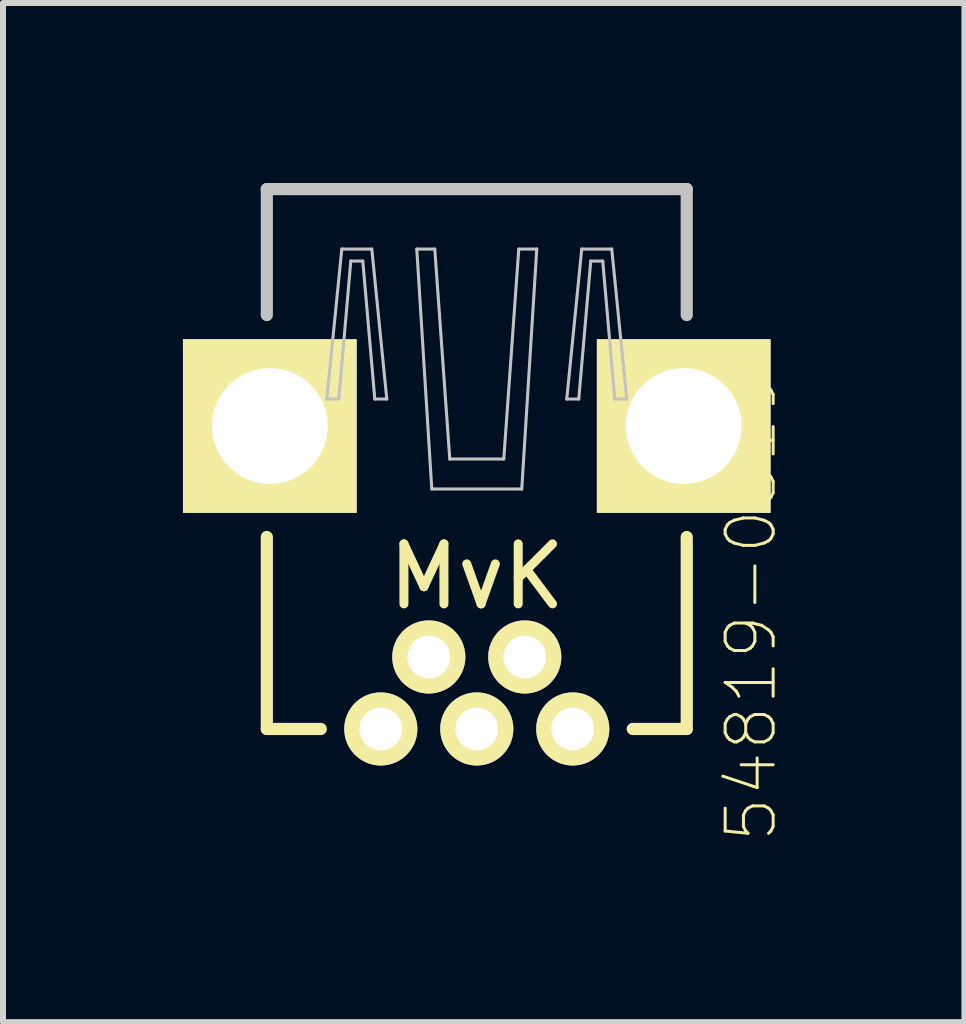
<source format=kicad_pcb>
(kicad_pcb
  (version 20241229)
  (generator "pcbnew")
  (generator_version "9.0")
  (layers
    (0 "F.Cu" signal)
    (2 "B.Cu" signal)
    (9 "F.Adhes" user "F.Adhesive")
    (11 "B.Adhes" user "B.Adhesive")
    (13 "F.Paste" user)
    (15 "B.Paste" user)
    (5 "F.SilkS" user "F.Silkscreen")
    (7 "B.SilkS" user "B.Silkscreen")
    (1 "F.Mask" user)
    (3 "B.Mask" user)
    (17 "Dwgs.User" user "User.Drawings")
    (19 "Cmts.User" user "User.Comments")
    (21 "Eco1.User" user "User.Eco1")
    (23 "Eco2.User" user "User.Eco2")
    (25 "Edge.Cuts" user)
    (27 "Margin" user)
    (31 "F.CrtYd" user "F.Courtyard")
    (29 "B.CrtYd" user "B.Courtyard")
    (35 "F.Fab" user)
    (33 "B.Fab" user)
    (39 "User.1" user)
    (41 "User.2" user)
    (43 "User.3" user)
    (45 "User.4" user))
  (footprint "54819-0519"
    (layer "F.Cu")
    (at 4.898 9.102)
    (property "Reference" "54819-0519" (at 4.573 -2.032 90) (layer "F.SilkS") (effects (font (size 0.8 0.8) (thickness 0.05))))
    (attr through_hole)
    (fp_line (start -3.5 -3.2) (end -3.5 0) (stroke (width 0.203) (type solid)) (layer "F.SilkS"))
    (fp_line (start -3.5 0) (end -2.6 0) (stroke (width 0.203) (type solid)) (layer "F.SilkS"))
    (fp_line (start 2.6 0) (end 3.5 0) (stroke (width 0.203) (type solid)) (layer "F.SilkS"))
    (fp_line (start 3.5 0) (end 3.5 -3.2) (stroke (width 0.203) (type solid)) (layer "F.SilkS"))
    (fp_line (start -3.5 -9) (end -3.5 -6.9) (stroke (width 0.203) (type solid)) (layer "Dwgs.User"))
    (fp_line (start -3.5 -9) (end 3.5 -9) (stroke (width 0.203) (type solid)) (layer "Dwgs.User"))
    (fp_line (start -2.5 -5.5) (end -2.3 -5.5) (stroke (width 0.051) (type solid)) (layer "Dwgs.User"))
    (fp_line (start -2.3 -5.5) (end -2.1 -7.8) (stroke (width 0.051) (type solid)) (layer "Dwgs.User"))
    (fp_line (start -2.25 -8) (end -2.5 -5.5) (stroke (width 0.051) (type solid)) (layer "Dwgs.User"))
    (fp_line (start -2.25 -8) (end -1.75 -8) (stroke (width 0.051) (type solid)) (layer "Dwgs.User"))
    (fp_line (start -2.1 -7.8) (end -1.9 -7.8) (stroke (width 0.051) (type solid)) (layer "Dwgs.User"))
    (fp_line (start -1.9 -7.8) (end -1.7 -5.5) (stroke (width 0.051) (type solid)) (layer "Dwgs.User"))
    (fp_line (start -1.75 -8) (end -1.5 -5.5) (stroke (width 0.051) (type solid)) (layer "Dwgs.User"))
    (fp_line (start -1.7 -5.5) (end -1.5 -5.5) (stroke (width 0.051) (type solid)) (layer "Dwgs.User"))
    (fp_line (start -0.75 -4) (end -1 -8) (stroke (width 0.051) (type solid)) (layer "Dwgs.User"))
    (fp_line (start -0.75 -4) (end 0.75 -4) (stroke (width 0.051) (type solid)) (layer "Dwgs.User"))
    (fp_line (start -0.7 -8) (end -1 -8) (stroke (width 0.051) (type solid)) (layer "Dwgs.User"))
    (fp_line (start -0.7 -8) (end -0.45 -4.5) (stroke (width 0.051) (type solid)) (layer "Dwgs.User"))
    (fp_line (start -0.45 -4.5) (end 0.45 -4.5) (stroke (width 0.051) (type solid)) (layer "Dwgs.User"))
    (fp_line (start 0.45 -4.5) (end 0.7 -8) (stroke (width 0.051) (type solid)) (layer "Dwgs.User"))
    (fp_line (start 0.7 -8) (end 1 -8) (stroke (width 0.051) (type solid)) (layer "Dwgs.User"))
    (fp_line (start 0.75 -4) (end 1 -8) (stroke (width 0.051) (type solid)) (layer "Dwgs.User"))
    (fp_line (start 1.5 -5.5) (end 1.7 -5.5) (stroke (width 0.051) (type solid)) (layer "Dwgs.User"))
    (fp_line (start 1.7 -5.5) (end 1.9 -7.8) (stroke (width 0.051) (type solid)) (layer "Dwgs.User"))
    (fp_line (start 1.75 -8) (end 1.5 -5.5) (stroke (width 0.051) (type solid)) (layer "Dwgs.User"))
    (fp_line (start 1.75 -8) (end 2.25 -8) (stroke (width 0.051) (type solid)) (layer "Dwgs.User"))
    (fp_line (start 1.9 -7.8) (end 2.1 -7.8) (stroke (width 0.051) (type solid)) (layer "Dwgs.User"))
    (fp_line (start 2.1 -7.8) (end 2.3 -5.5) (stroke (width 0.051) (type solid)) (layer "Dwgs.User"))
    (fp_line (start 2.25 -8) (end 2.5 -5.5) (stroke (width 0.051) (type solid)) (layer "Dwgs.User"))
    (fp_line (start 2.3 -5.5) (end 2.5 -5.5) (stroke (width 0.051) (type solid)) (layer "Dwgs.User"))
    (fp_line (start 3.5 -9) (end 3.5 -6.9) (stroke (width 0.203) (type solid)) (layer "Dwgs.User"))
    (fp_text user "MvK" (at 0 -2.54 0) (layer "F.SilkS") (effects (font (size 1 1) (thickness 0.15))))
    (pad "1" thru_hole oval (at 1.6 0 270) (size 1.219 1.219) (drill 0.711) (layers "*.Cu" "*.Mask" "F.SilkS"))
    (pad "2" thru_hole oval (at 0.8 -1.2 90) (size 1.219 1.219) (drill 0.711) (layers "*.Cu" "*.Mask" "F.SilkS"))
    (pad "3" thru_hole oval (at 0 0 270) (size 1.219 1.219) (drill 0.711) (layers "*.Cu" "*.Mask" "F.SilkS"))
    (pad "4" thru_hole oval (at -0.8 -1.2 90) (size 1.219 1.219) (drill 0.711) (layers "*.Cu" "*.Mask" "F.SilkS"))
    (pad "5" thru_hole oval (at -1.6 0 270) (size 1.219 1.219) (drill 0.711) (layers "*.Cu" "*.Mask" "F.SilkS"))
    (pad "S1" thru_hole rect (at -3.45 -5.05) (size 2.896 2.896) (drill 1.93) (layers "*.Cu" "*.Mask" "F.SilkS"))
    (pad "S2" thru_hole rect (at 3.45 -5.05) (size 2.896 2.896) (drill 1.93) (layers "*.Cu" "*.Mask" "F.SilkS")))
  (gr_rect
    (start -3 -3)
    (end 13.027 13.989)
    (stroke (width 0.1) (type default))
    (fill no)
    (layer "Edge.Cuts")))
</source>
